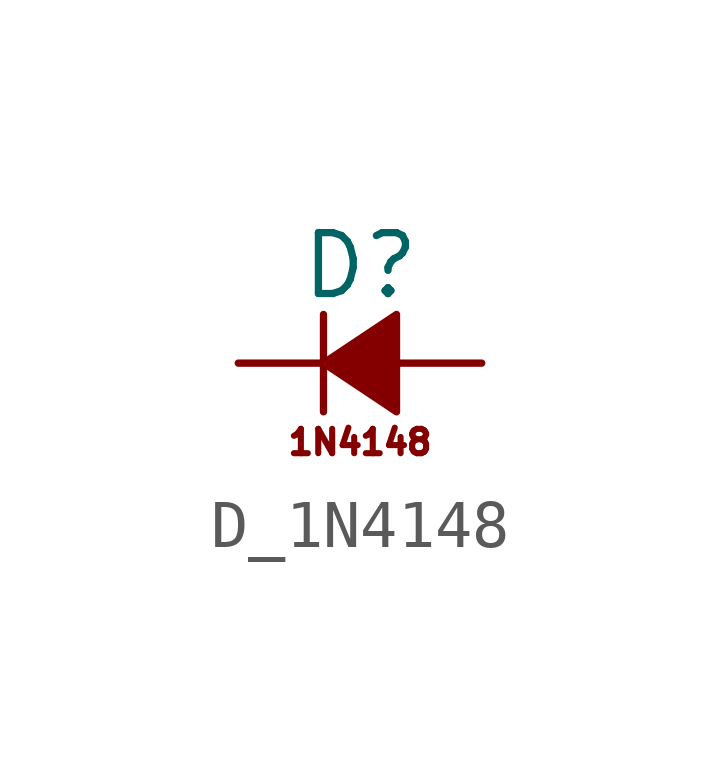
<source format=kicad_sym>
(kicad_symbol_lib
  (version 20211014)
  (generator kicad_symbol_editor)
  (symbol "D_1N4148"
    (pin_numbers hide)
    (pin_names
      (offset 0.254) hide)
    (property "Reference" "D"
      (at -1.27 2.032 0)
      (effects (font (size 1.27 1.27)) (justify left)))
    (symbol "D_1N4148_0_0"
      (text "1N4148" (at 0 -1.651 0) (effects (font (size 0.508 0.508)))))
    (symbol "D_1N4148_0_1"
      (polyline (pts (xy -0.762 -1.016) (xy -0.762 1.016)) (stroke (width 0) (type default) (color 0 0 0 0)) (fill (type none)))
      (polyline (pts (xy -0.762 0) (xy 0.762 0)) (stroke (width 0) (type default) (color 0 0 0 0)) (fill (type none)))
      (polyline (pts (xy 0.762 -1.016) (xy -0.762 0) (xy 0.762 1.016) (xy 0.762 -1.016)) (stroke (width 0) (type default) (color 0 0 0 0)) (fill (type outline))))
    (symbol "D_1N4148_1_1"
      (pin passive line (at -2.54 0 0) (length 1.778) (name "K" (effects (font (size 1.27 1.27)))) (number "1" (effects (font (size 1.27 1.27)))))
      (pin passive line (at 2.54 0 180) (length 1.778) (name "A" (effects (font (size 1.27 1.27)))) (number "2" (effects (font (size 1.27 1.27))))))))
</source>
